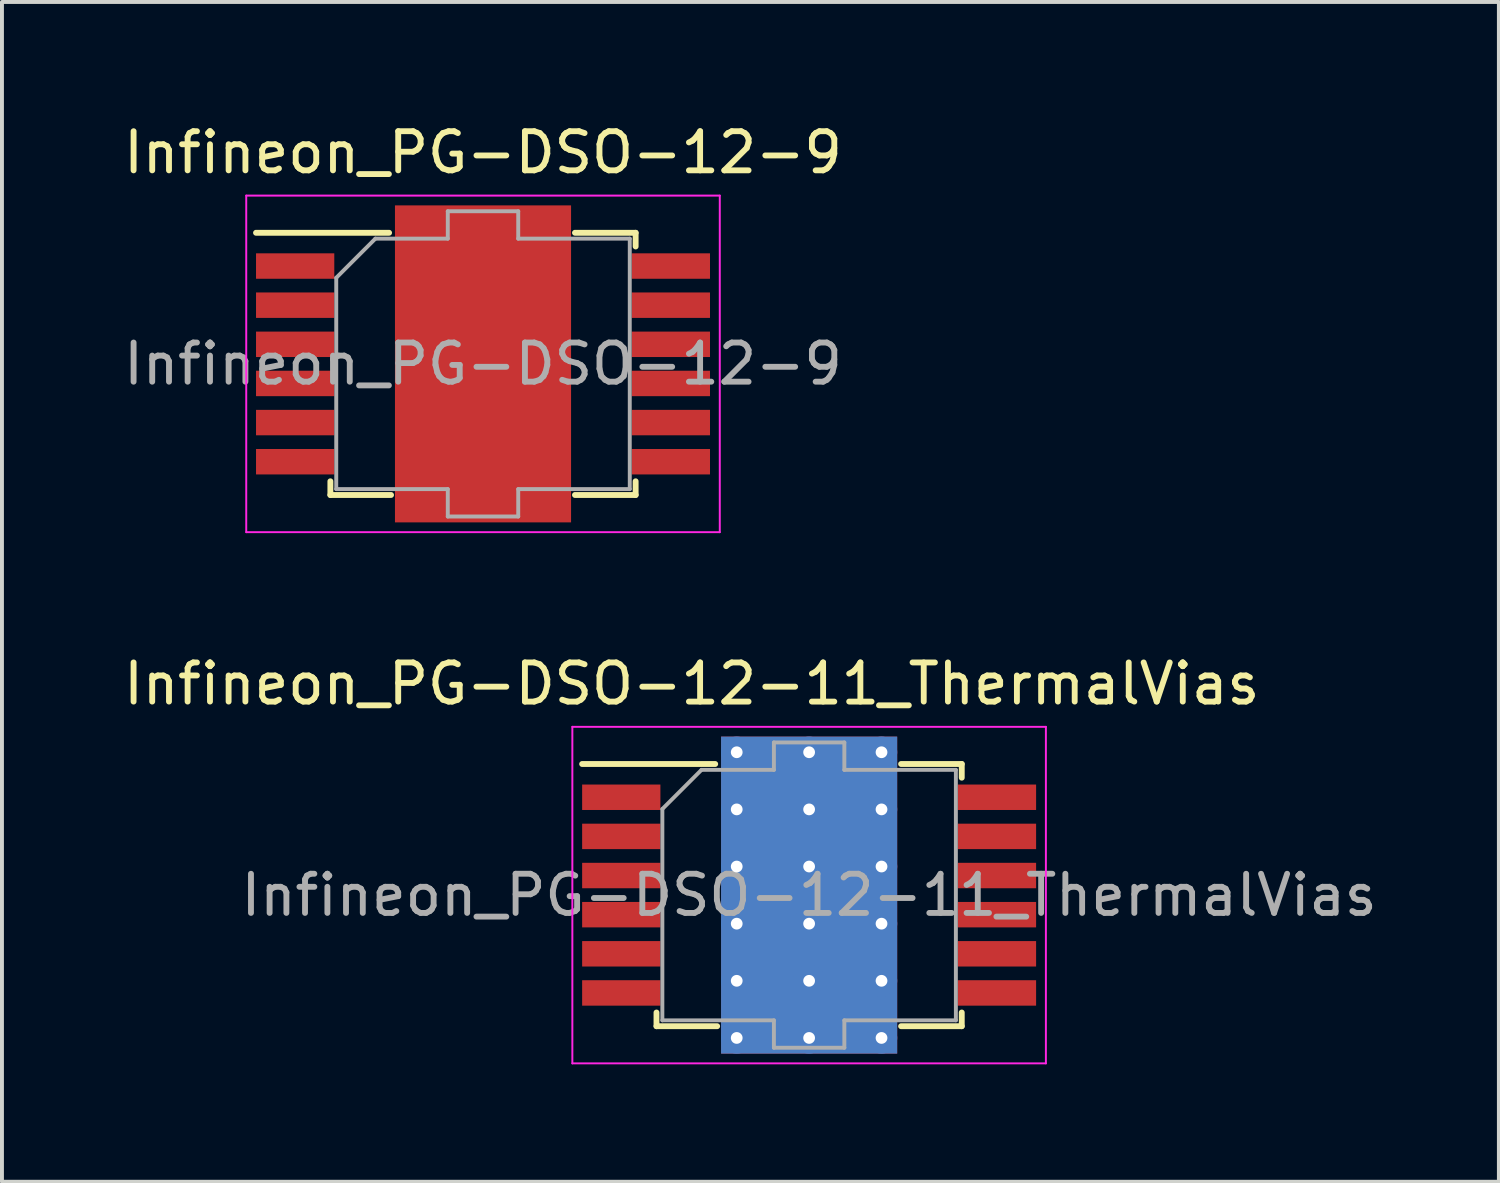
<source format=kicad_pcb>
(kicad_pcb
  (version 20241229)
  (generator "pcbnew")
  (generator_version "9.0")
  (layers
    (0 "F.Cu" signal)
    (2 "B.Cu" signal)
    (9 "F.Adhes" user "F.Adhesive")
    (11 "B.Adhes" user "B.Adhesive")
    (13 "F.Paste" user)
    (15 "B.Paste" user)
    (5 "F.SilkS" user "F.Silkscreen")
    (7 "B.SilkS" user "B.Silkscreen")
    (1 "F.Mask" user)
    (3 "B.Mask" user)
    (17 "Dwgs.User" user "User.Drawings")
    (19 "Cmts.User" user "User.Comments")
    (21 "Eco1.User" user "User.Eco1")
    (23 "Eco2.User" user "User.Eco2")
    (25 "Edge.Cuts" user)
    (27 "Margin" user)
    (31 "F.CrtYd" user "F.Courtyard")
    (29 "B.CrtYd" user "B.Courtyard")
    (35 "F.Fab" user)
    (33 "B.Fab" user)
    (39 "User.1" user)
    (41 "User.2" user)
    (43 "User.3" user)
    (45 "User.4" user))
  (footprint "Infineon_PG-DSO-12-9"
    (layer "F.Cu")
    (at 9.292 6.248)
    (property "Reference" "Infineon_PG-DSO-12-9" (at 0 -5.4 0) (layer "F.SilkS") (effects (font (size 1 1) (thickness 0.15))))
    (attr smd)
    (fp_line (start -5.8 -3.35) (end -2.4 -3.35) (stroke (width 0.15) (type solid)) (layer "F.SilkS"))
    (fp_line (start -3.9 3) (end -3.9 3.35) (stroke (width 0.15) (type solid)) (layer "F.SilkS"))
    (fp_line (start -3.9 3.35) (end -2.35 3.35) (stroke (width 0.15) (type solid)) (layer "F.SilkS"))
    (fp_line (start 3.9 -3.35) (end 2.35 -3.35) (stroke (width 0.15) (type solid)) (layer "F.SilkS"))
    (fp_line (start 3.9 -3) (end 3.9 -3.35) (stroke (width 0.15) (type solid)) (layer "F.SilkS"))
    (fp_line (start 3.9 3) (end 3.9 3.35) (stroke (width 0.15) (type solid)) (layer "F.SilkS"))
    (fp_line (start 3.9 3.35) (end 2.35 3.35) (stroke (width 0.15) (type solid)) (layer "F.SilkS"))
    (fp_line (start -6.05 -4.3) (end 6.05 -4.3) (stroke (width 0.05) (type solid)) (layer "F.CrtYd"))
    (fp_line (start -6.05 4.3) (end -6.05 -4.3) (stroke (width 0.05) (type solid)) (layer "F.CrtYd"))
    (fp_line (start 6.05 -4.3) (end 6.05 4.3) (stroke (width 0.05) (type solid)) (layer "F.CrtYd"))
    (fp_line (start 6.05 4.3) (end -6.05 4.3) (stroke (width 0.05) (type solid)) (layer "F.CrtYd"))
    (fp_line (start -3.75 3.2) (end -3.75 -2.2) (stroke (width 0.1) (type solid)) (layer "F.Fab"))
    (fp_line (start -2.75 -3.2) (end -3.75 -2.2) (stroke (width 0.1) (type solid)) (layer "F.Fab"))
    (fp_line (start -2.75 -3.2) (end -0.9 -3.2) (stroke (width 0.1) (type solid)) (layer "F.Fab"))
    (fp_line (start -0.9 -3.9) (end 0.9 -3.9) (stroke (width 0.1) (type solid)) (layer "F.Fab"))
    (fp_line (start -0.9 -3.2) (end -0.9 -3.9) (stroke (width 0.1) (type solid)) (layer "F.Fab"))
    (fp_line (start -0.9 3.2) (end -3.75 3.2) (stroke (width 0.1) (type solid)) (layer "F.Fab"))
    (fp_line (start -0.9 3.9) (end -0.9 3.2) (stroke (width 0.1) (type solid)) (layer "F.Fab"))
    (fp_line (start 0.9 -3.9) (end 0.9 -3.2) (stroke (width 0.1) (type solid)) (layer "F.Fab"))
    (fp_line (start 0.9 -3.2) (end 3.75 -3.2) (stroke (width 0.1) (type solid)) (layer "F.Fab"))
    (fp_line (start 0.9 3.2) (end 0.9 3.9) (stroke (width 0.1) (type solid)) (layer "F.Fab"))
    (fp_line (start 0.9 3.9) (end -0.9 3.9) (stroke (width 0.1) (type solid)) (layer "F.Fab"))
    (fp_line (start 3.75 -3.2) (end 3.75 3.2) (stroke (width 0.1) (type solid)) (layer "F.Fab"))
    (fp_line (start 3.75 3.2) (end 0.9 3.2) (stroke (width 0.1) (type solid)) (layer "F.Fab"))
    (fp_text user "${REFERENCE}" (at 0 0 0) (layer "F.Fab") (effects (font (size 1 1) (thickness 0.15))))
    (pad "" smd rect (at -1.125 -2.92) (size 1.95 1.16) (layers "F.Paste"))
    (pad "" smd rect (at -1.125 -1.46) (size 1.95 1.16) (layers "F.Paste"))
    (pad "" smd rect (at -1.125 0) (size 1.95 1.16) (layers "F.Paste"))
    (pad "" smd rect (at -1.125 1.46) (size 1.95 1.16) (layers "F.Paste"))
    (pad "" smd rect (at -1.125 2.92) (size 1.95 1.16) (layers "F.Paste"))
    (pad "" smd rect (at 1.125 -2.92) (size 1.95 1.16) (layers "F.Paste"))
    (pad "" smd rect (at 1.125 -1.46) (size 1.95 1.16) (layers "F.Paste"))
    (pad "" smd rect (at 1.125 0) (size 1.95 1.16) (layers "F.Paste"))
    (pad "" smd rect (at 1.125 1.46) (size 1.95 1.16) (layers "F.Paste"))
    (pad "" smd rect (at 1.125 2.92) (size 1.95 1.16) (layers "F.Paste"))
    (pad "1" smd rect (at -4.8 -2.5) (size 2 0.65) (layers "F.Cu" "F.Mask" "F.Paste"))
    (pad "2" smd rect (at -4.8 -1.5) (size 2 0.65) (layers "F.Cu" "F.Mask" "F.Paste"))
    (pad "3" smd rect (at -4.8 -0.5) (size 2 0.65) (layers "F.Cu" "F.Mask" "F.Paste"))
    (pad "4" smd rect (at -4.8 0.5) (size 2 0.65) (layers "F.Cu" "F.Mask" "F.Paste"))
    (pad "5" smd rect (at -4.8 1.5) (size 2 0.65) (layers "F.Cu" "F.Mask" "F.Paste"))
    (pad "6" smd rect (at -4.8 2.5) (size 2 0.65) (layers "F.Cu" "F.Mask" "F.Paste"))
    (pad "7" smd rect (at 4.8 2.5) (size 2 0.65) (layers "F.Cu" "F.Mask" "F.Paste"))
    (pad "8" smd rect (at 4.8 1.5) (size 2 0.65) (layers "F.Cu" "F.Mask" "F.Paste"))
    (pad "9" smd rect (at 4.8 0.5) (size 2 0.65) (layers "F.Cu" "F.Mask" "F.Paste"))
    (pad "10" smd rect (at 4.8 -0.5) (size 2 0.65) (layers "F.Cu" "F.Mask" "F.Paste"))
    (pad "11" smd rect (at 4.8 -1.5) (size 2 0.65) (layers "F.Cu" "F.Mask" "F.Paste"))
    (pad "12" smd rect (at 4.8 -2.5) (size 2 0.65) (layers "F.Cu" "F.Mask" "F.Paste"))
    (pad "13" smd rect (at 0 0) (size 4.5 8.1) (layers "F.Cu" "F.Mask")))
  (footprint "Infineon_PG-DSO-12-11_ThermalVias"
    (layer "F.Cu")
    (at 17.625 19.822)
    (property "Reference" "Infineon_PG-DSO-12-11_ThermalVias" (at -3 -5.4 0) (layer "F.SilkS") (effects (font (size 1 1) (thickness 0.15))))
    (attr smd)
    (fp_line (start -5.8 -3.35) (end -2.4 -3.35) (stroke (width 0.15) (type solid)) (layer "F.SilkS"))
    (fp_line (start -3.9 3) (end -3.9 3.35) (stroke (width 0.15) (type solid)) (layer "F.SilkS"))
    (fp_line (start -3.9 3.35) (end -2.35 3.35) (stroke (width 0.15) (type solid)) (layer "F.SilkS"))
    (fp_line (start 3.9 -3.35) (end 2.35 -3.35) (stroke (width 0.15) (type solid)) (layer "F.SilkS"))
    (fp_line (start 3.9 -3) (end 3.9 -3.35) (stroke (width 0.15) (type solid)) (layer "F.SilkS"))
    (fp_line (start 3.9 3) (end 3.9 3.35) (stroke (width 0.15) (type solid)) (layer "F.SilkS"))
    (fp_line (start 3.9 3.35) (end 2.35 3.35) (stroke (width 0.15) (type solid)) (layer "F.SilkS"))
    (fp_line (start -6.05 -4.3) (end 6.05 -4.3) (stroke (width 0.05) (type solid)) (layer "F.CrtYd"))
    (fp_line (start -6.05 4.3) (end -6.05 -4.3) (stroke (width 0.05) (type solid)) (layer "F.CrtYd"))
    (fp_line (start 6.05 -4.3) (end 6.05 4.3) (stroke (width 0.05) (type solid)) (layer "F.CrtYd"))
    (fp_line (start 6.05 4.3) (end -6.05 4.3) (stroke (width 0.05) (type solid)) (layer "F.CrtYd"))
    (fp_line (start -3.75 3.2) (end -3.75 -2.2) (stroke (width 0.1) (type solid)) (layer "F.Fab"))
    (fp_line (start -2.75 -3.2) (end -3.75 -2.2) (stroke (width 0.1) (type solid)) (layer "F.Fab"))
    (fp_line (start -2.75 -3.2) (end -0.9 -3.2) (stroke (width 0.1) (type solid)) (layer "F.Fab"))
    (fp_line (start -0.9 -3.9) (end 0.9 -3.9) (stroke (width 0.1) (type solid)) (layer "F.Fab"))
    (fp_line (start -0.9 -3.2) (end -0.9 -3.9) (stroke (width 0.1) (type solid)) (layer "F.Fab"))
    (fp_line (start -0.9 3.2) (end -3.75 3.2) (stroke (width 0.1) (type solid)) (layer "F.Fab"))
    (fp_line (start -0.9 3.9) (end -0.9 3.2) (stroke (width 0.1) (type solid)) (layer "F.Fab"))
    (fp_line (start 0.9 -3.9) (end 0.9 -3.2) (stroke (width 0.1) (type solid)) (layer "F.Fab"))
    (fp_line (start 0.9 -3.2) (end 3.75 -3.2) (stroke (width 0.1) (type solid)) (layer "F.Fab"))
    (fp_line (start 0.9 3.2) (end 0.9 3.9) (stroke (width 0.1) (type solid)) (layer "F.Fab"))
    (fp_line (start 0.9 3.9) (end -0.9 3.9) (stroke (width 0.1) (type solid)) (layer "F.Fab"))
    (fp_line (start 3.75 -3.2) (end 3.75 3.2) (stroke (width 0.1) (type solid)) (layer "F.Fab"))
    (fp_line (start 3.75 3.2) (end 0.9 3.2) (stroke (width 0.1) (type solid)) (layer "F.Fab"))
    (fp_text user "${REFERENCE}" (at 0 0 0) (layer "F.Fab") (effects (font (size 1 1) (thickness 0.15))))
    (pad "" smd rect (at -0.925 -2.92) (size 1.55 1.16) (layers "F.Paste"))
    (pad "" smd rect (at -0.925 -1.46) (size 1.55 1.16) (layers "F.Paste"))
    (pad "" smd rect (at -0.925 0) (size 1.55 1.16) (layers "F.Paste"))
    (pad "" smd rect (at -0.925 1.46) (size 1.55 1.16) (layers "F.Paste"))
    (pad "" smd rect (at -0.925 2.92) (size 1.55 1.16) (layers "F.Paste"))
    (pad "" smd rect (at 0.925 -2.92) (size 1.55 1.16) (layers "F.Paste"))
    (pad "" smd rect (at 0.925 -1.46) (size 1.55 1.16) (layers "F.Paste"))
    (pad "" smd rect (at 0.925 0) (size 1.55 1.16) (layers "F.Paste"))
    (pad "" smd rect (at 0.925 1.46) (size 1.55 1.16) (layers "F.Paste"))
    (pad "" smd rect (at 0.925 2.92) (size 1.55 1.16) (layers "F.Paste"))
    (pad "1" smd rect (at -4.8 -2.5) (size 2 0.65) (layers "F.Cu" "F.Mask" "F.Paste"))
    (pad "2" smd rect (at -4.8 -1.5) (size 2 0.65) (layers "F.Cu" "F.Mask" "F.Paste"))
    (pad "3" smd rect (at -4.8 -0.5) (size 2 0.65) (layers "F.Cu" "F.Mask" "F.Paste"))
    (pad "4" smd rect (at -4.8 0.5) (size 2 0.65) (layers "F.Cu" "F.Mask" "F.Paste"))
    (pad "5" smd rect (at -4.8 1.5) (size 2 0.65) (layers "F.Cu" "F.Mask" "F.Paste"))
    (pad "6" smd rect (at -4.8 2.5) (size 2 0.65) (layers "F.Cu" "F.Mask" "F.Paste"))
    (pad "7" smd rect (at 4.8 2.5) (size 2 0.65) (layers "F.Cu" "F.Mask" "F.Paste"))
    (pad "8" smd rect (at 4.8 1.5) (size 2 0.65) (layers "F.Cu" "F.Mask" "F.Paste"))
    (pad "9" smd rect (at 4.8 0.5) (size 2 0.65) (layers "F.Cu" "F.Mask" "F.Paste"))
    (pad "10" smd rect (at 4.8 -0.5) (size 2 0.65) (layers "F.Cu" "F.Mask" "F.Paste"))
    (pad "11" smd rect (at 4.8 -1.5) (size 2 0.65) (layers "F.Cu" "F.Mask" "F.Paste"))
    (pad "12" smd rect (at 4.8 -2.5) (size 2 0.65) (layers "F.Cu" "F.Mask" "F.Paste"))
    (pad "13" thru_hole circle (at -1.85 -3.65) (size 0.8 0.8) (drill 0.3) (layers "*.Cu"))
    (pad "13" thru_hole circle (at -1.85 -2.19) (size 0.8 0.8) (drill 0.3) (layers "*.Cu"))
    (pad "13" thru_hole circle (at -1.85 -0.73) (size 0.8 0.8) (drill 0.3) (layers "*.Cu"))
    (pad "13" thru_hole circle (at -1.85 0.73) (size 0.8 0.8) (drill 0.3) (layers "*.Cu"))
    (pad "13" thru_hole circle (at -1.85 2.19) (size 0.8 0.8) (drill 0.3) (layers "*.Cu"))
    (pad "13" thru_hole circle (at -1.85 3.65) (size 0.8 0.8) (drill 0.3) (layers "*.Cu"))
    (pad "13" thru_hole circle (at 0 -3.65) (size 0.8 0.8) (drill 0.3) (layers "*.Cu"))
    (pad "13" thru_hole circle (at 0 -2.19) (size 0.8 0.8) (drill 0.3) (layers "*.Cu"))
    (pad "13" thru_hole circle (at 0 -0.73) (size 0.8 0.8) (drill 0.3) (layers "*.Cu"))
    (pad "13" smd rect (at 0 0) (size 4.5 8.1) (layers "F.Cu" "F.Mask"))
    (pad "13" smd rect (at 0 0) (size 4.5 8.1) (layers "B.Cu"))
    (pad "13" thru_hole circle (at 0 0.73) (size 0.8 0.8) (drill 0.3) (layers "*.Cu"))
    (pad "13" thru_hole circle (at 0 2.19) (size 0.8 0.8) (drill 0.3) (layers "*.Cu"))
    (pad "13" thru_hole circle (at 0 3.65) (size 0.8 0.8) (drill 0.3) (layers "*.Cu"))
    (pad "13" thru_hole circle (at 1.85 -3.65) (size 0.8 0.8) (drill 0.3) (layers "*.Cu"))
    (pad "13" thru_hole circle (at 1.85 -2.19) (size 0.8 0.8) (drill 0.3) (layers "*.Cu"))
    (pad "13" thru_hole circle (at 1.85 -0.73) (size 0.8 0.8) (drill 0.3) (layers "*.Cu"))
    (pad "13" thru_hole circle (at 1.85 0.73) (size 0.8 0.8) (drill 0.3) (layers "*.Cu"))
    (pad "13" thru_hole circle (at 1.85 2.19) (size 0.8 0.8) (drill 0.3) (layers "*.Cu"))
    (pad "13" thru_hole circle (at 1.85 3.65) (size 0.8 0.8) (drill 0.3) (layers "*.Cu")))
  (gr_rect
    (start -3 -3)
    (end 35.25 27.146)
    (stroke (width 0.1) (type default))
    (fill no)
    (layer "Edge.Cuts")))
</source>
